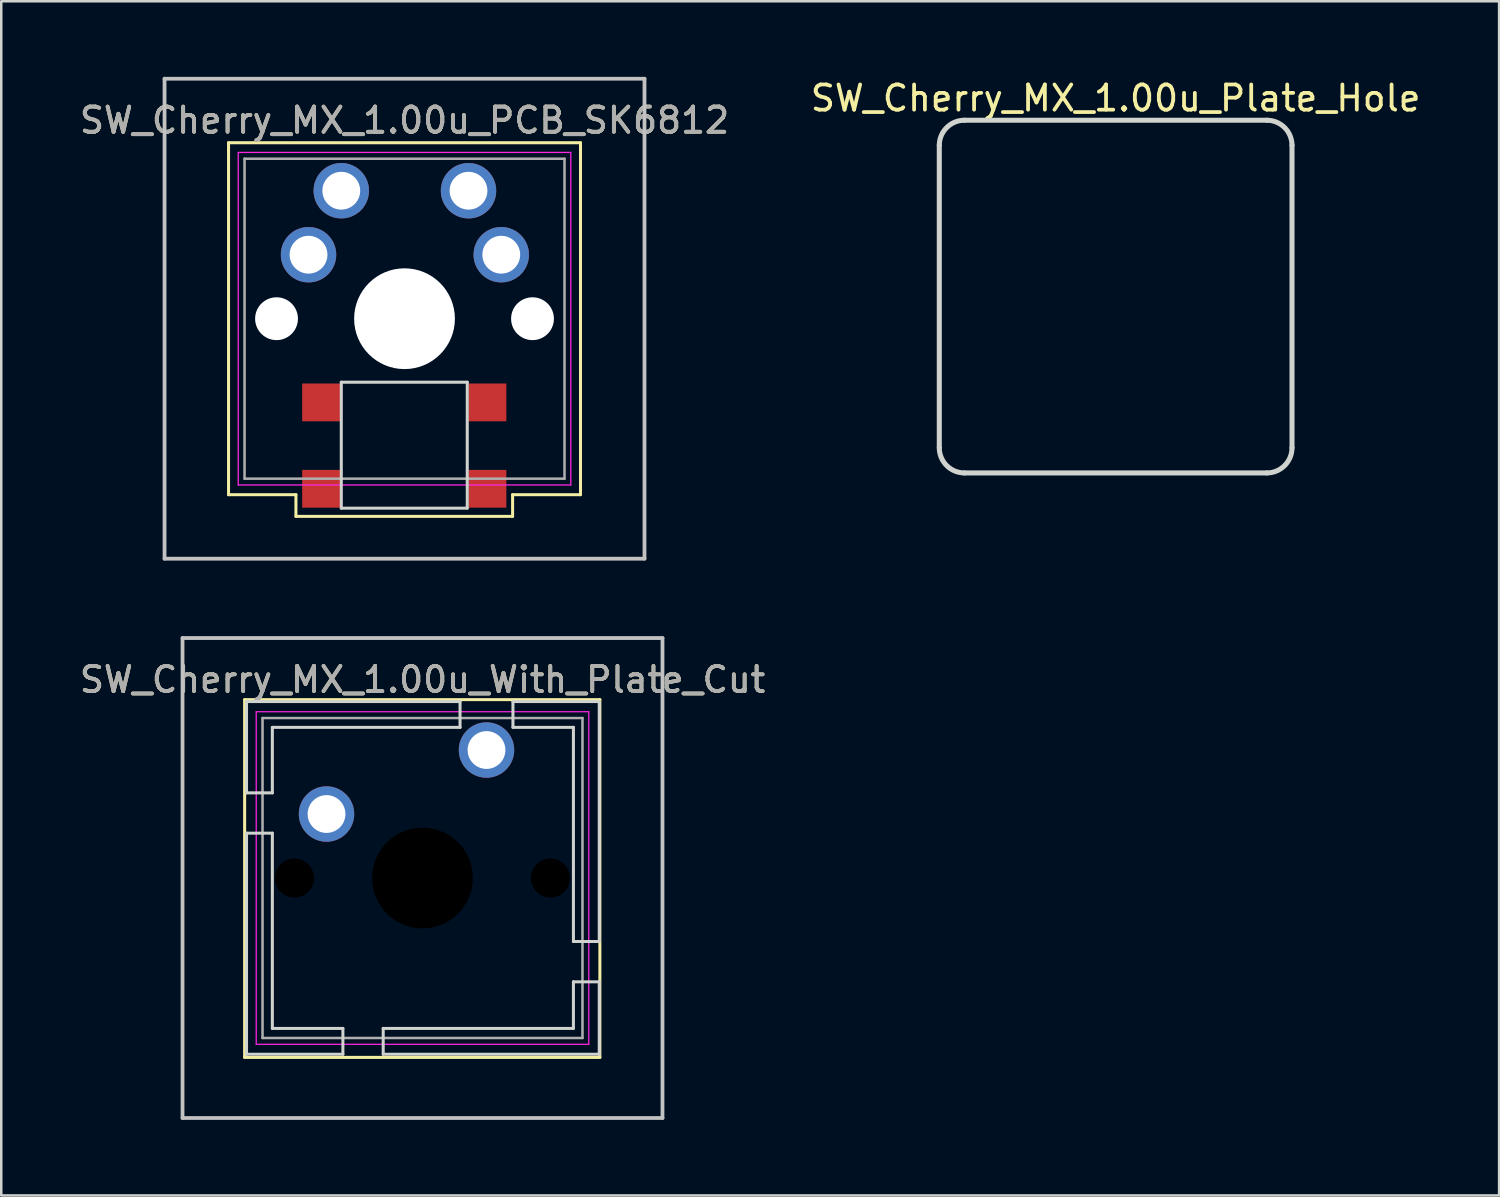
<source format=kicad_pcb>
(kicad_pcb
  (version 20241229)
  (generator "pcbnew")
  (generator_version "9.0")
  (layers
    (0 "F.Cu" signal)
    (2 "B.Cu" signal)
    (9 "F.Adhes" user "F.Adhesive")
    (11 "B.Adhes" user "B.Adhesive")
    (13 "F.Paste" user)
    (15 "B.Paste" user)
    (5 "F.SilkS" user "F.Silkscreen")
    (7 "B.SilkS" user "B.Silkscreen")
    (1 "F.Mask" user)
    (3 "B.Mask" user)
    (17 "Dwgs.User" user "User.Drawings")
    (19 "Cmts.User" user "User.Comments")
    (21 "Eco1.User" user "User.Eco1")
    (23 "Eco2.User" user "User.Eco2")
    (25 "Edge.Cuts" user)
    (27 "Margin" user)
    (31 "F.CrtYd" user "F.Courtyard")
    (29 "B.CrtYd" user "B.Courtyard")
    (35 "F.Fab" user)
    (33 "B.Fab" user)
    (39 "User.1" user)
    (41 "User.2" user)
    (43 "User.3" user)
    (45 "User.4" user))
  (footprint "SW_Cherry_MX_1.00u_With_Plate_Cut"
    (layer "F.Cu")
    (at 16.26 26.72)
    (property "Reference" "SW_Cherry_MX_1.00u_With_Plate_Cut" (at -2.54 -2.794 0) (layer "F.SilkS") (effects (font (size 1 1) (thickness 0.15))))
    (attr through_hole)
    (fp_line (start -9.6 -2) (end 4.5 -2) (stroke (width 0.12) (type solid)) (layer "F.SilkS"))
    (fp_line (start -9.6 12.2) (end -9.6 -2) (stroke (width 0.12) (type solid)) (layer "F.SilkS"))
    (fp_line (start 4.5 -2) (end 4.5 12.2) (stroke (width 0.12) (type solid)) (layer "F.SilkS"))
    (fp_line (start 4.5 12.2) (end -9.6 12.2) (stroke (width 0.12) (type solid)) (layer "F.SilkS"))
    (fp_line (start -12.065 -4.445) (end 6.985 -4.445) (stroke (width 0.15) (type solid)) (layer "Dwgs.User"))
    (fp_line (start -12.065 14.605) (end -12.065 -4.445) (stroke (width 0.15) (type solid)) (layer "Dwgs.User"))
    (fp_line (start 6.985 -4.445) (end 6.985 14.605) (stroke (width 0.15) (type solid)) (layer "Dwgs.User"))
    (fp_line (start 6.985 14.605) (end -12.065 14.605) (stroke (width 0.15) (type solid)) (layer "Dwgs.User"))
    (fp_line (start -9.525 -1.925) (end -9.525 1.7) (stroke (width 0.12) (type solid)) (layer "Edge.Cuts"))
    (fp_line (start -9.525 -1.925) (end -1.05 -1.925) (stroke (width 0.12) (type solid)) (layer "Edge.Cuts"))
    (fp_line (start -9.525 3.3) (end -9.525 12.075) (stroke (width 0.12) (type solid)) (layer "Edge.Cuts"))
    (fp_line (start -9.525 12.075) (end -5.7 12.075) (stroke (width 0.12) (type solid)) (layer "Edge.Cuts"))
    (fp_line (start -8.5 -0.9) (end -1.05 -0.9) (stroke (width 0.12) (type solid)) (layer "Edge.Cuts"))
    (fp_line (start -8.5 1.7) (end -9.525 1.7) (stroke (width 0.12) (type solid)) (layer "Edge.Cuts"))
    (fp_line (start -8.5 1.7) (end -8.5 -0.9) (stroke (width 0.12) (type solid)) (layer "Edge.Cuts"))
    (fp_line (start -8.5 3.3) (end -9.525 3.3) (stroke (width 0.12) (type solid)) (layer "Edge.Cuts"))
    (fp_line (start -8.5 11.05) (end -8.5 3.3) (stroke (width 0.12) (type solid)) (layer "Edge.Cuts"))
    (fp_line (start -5.7 11.05) (end -8.5 11.05) (stroke (width 0.12) (type solid)) (layer "Edge.Cuts"))
    (fp_line (start -5.7 12.075) (end -5.7 11.05) (stroke (width 0.12) (type solid)) (layer "Edge.Cuts"))
    (fp_line (start -4.1 12.075) (end -4.1 11.05) (stroke (width 0.12) (type solid)) (layer "Edge.Cuts"))
    (fp_line (start -1.05 -0.9) (end -1.05 -1.925) (stroke (width 0.12) (type solid)) (layer "Edge.Cuts"))
    (fp_line (start 1.05 -1.925) (end 4.475 -1.925) (stroke (width 0.12) (type solid)) (layer "Edge.Cuts"))
    (fp_line (start 1.05 -0.9) (end 1.05 -1.925) (stroke (width 0.12) (type solid)) (layer "Edge.Cuts"))
    (fp_line (start 1.05 -0.9) (end 3.45 -0.9) (stroke (width 0.12) (type solid)) (layer "Edge.Cuts"))
    (fp_line (start 3.45 -0.9) (end 3.45 7.6) (stroke (width 0.12) (type solid)) (layer "Edge.Cuts"))
    (fp_line (start 3.45 11.05) (end -4.1 11.05) (stroke (width 0.12) (type solid)) (layer "Edge.Cuts"))
    (fp_line (start 3.45 11.05) (end 3.45 9.2) (stroke (width 0.12) (type solid)) (layer "Edge.Cuts"))
    (fp_line (start 4.475 -1.925) (end 4.475 7.6) (stroke (width 0.12) (type solid)) (layer "Edge.Cuts"))
    (fp_line (start 4.475 7.6) (end 3.45 7.6) (stroke (width 0.12) (type solid)) (layer "Edge.Cuts"))
    (fp_line (start 4.475 9.2) (end 3.45 9.2) (stroke (width 0.12) (type solid)) (layer "Edge.Cuts"))
    (fp_line (start 4.475 9.2) (end 4.475 12.075) (stroke (width 0.12) (type solid)) (layer "Edge.Cuts"))
    (fp_line (start 4.475 12.075) (end -4.1 12.075) (stroke (width 0.12) (type solid)) (layer "Edge.Cuts"))
    (fp_line (start -9.14 -1.52) (end 4.06 -1.52) (stroke (width 0.05) (type solid)) (layer "F.CrtYd"))
    (fp_line (start -9.14 11.68) (end -9.14 -1.52) (stroke (width 0.05) (type solid)) (layer "F.CrtYd"))
    (fp_line (start 4.06 -1.52) (end 4.06 11.68) (stroke (width 0.05) (type solid)) (layer "F.CrtYd"))
    (fp_line (start 4.06 11.68) (end -9.14 11.68) (stroke (width 0.05) (type solid)) (layer "F.CrtYd"))
    (fp_line (start -8.89 -1.27) (end 3.81 -1.27) (stroke (width 0.1) (type solid)) (layer "F.Fab"))
    (fp_line (start -8.89 11.43) (end -8.89 -1.27) (stroke (width 0.1) (type solid)) (layer "F.Fab"))
    (fp_line (start 3.81 -1.27) (end 3.81 11.43) (stroke (width 0.1) (type solid)) (layer "F.Fab"))
    (fp_line (start 3.81 11.43) (end -8.89 11.43) (stroke (width 0.1) (type solid)) (layer "F.Fab"))
    (fp_text user "${REFERENCE}" (at -2.54 -2.794 0) (layer "F.Fab") (effects (font (size 1 1) (thickness 0.15))))
    (pad "" np_thru_hole circle (at -7.62 5.08) (size 1.549 1.549) (drill 1.549) (layers "*.Mask"))
    (pad "" np_thru_hole circle (at -2.54 5.08) (size 4 4) (drill 4) (layers "*.Mask"))
    (pad "" np_thru_hole circle (at 2.54 5.08) (size 1.549 1.549) (drill 1.549) (layers "*.Mask"))
    (pad "1" thru_hole circle (at 0 0) (size 2.2 2.2) (drill 1.5) (layers "*.Cu" "*.Mask"))
    (pad "2" thru_hole circle (at -6.35 2.54) (size 2.2 2.2) (drill 1.5) (layers "*.Cu" "*.Mask")))
  (footprint "SW_Cherry_MX_1.00u_PCB_SK6812"
    (layer "F.Cu")
    (at 15.546 4.52)
    (property "Reference" "SW_Cherry_MX_1.00u_PCB_SK6812" (at -2.54 -2.794 0) (layer "F.SilkS") (effects (font (size 1 1) (thickness 0.15))))
    (attr through_hole)
    (fp_line (start -9.525 -1.905) (end 4.445 -1.905) (stroke (width 0.12) (type solid)) (layer "F.SilkS"))
    (fp_line (start -9.525 12.065) (end -9.525 -1.905) (stroke (width 0.12) (type solid)) (layer "F.SilkS"))
    (fp_line (start -6.85 12.065) (end -9.525 12.065) (stroke (width 0.12) (type solid)) (layer "F.SilkS"))
    (fp_line (start -6.85 12.065) (end -6.85 12.925) (stroke (width 0.12) (type solid)) (layer "F.SilkS"))
    (fp_line (start 1.75 12.065) (end 1.75 12.925) (stroke (width 0.12) (type solid)) (layer "F.SilkS"))
    (fp_line (start 1.75 12.925) (end -6.85 12.925) (stroke (width 0.12) (type solid)) (layer "F.SilkS"))
    (fp_line (start 4.445 -1.905) (end 4.445 12.065) (stroke (width 0.12) (type solid)) (layer "F.SilkS"))
    (fp_line (start 4.445 12.065) (end 1.75 12.065) (stroke (width 0.12) (type solid)) (layer "F.SilkS"))
    (fp_line (start -12.065 -4.445) (end 6.985 -4.445) (stroke (width 0.15) (type solid)) (layer "Dwgs.User"))
    (fp_line (start -12.065 14.605) (end -12.065 -4.445) (stroke (width 0.15) (type solid)) (layer "Dwgs.User"))
    (fp_line (start 6.985 -4.445) (end 6.985 14.605) (stroke (width 0.15) (type solid)) (layer "Dwgs.User"))
    (fp_line (start 6.985 14.605) (end -12.065 14.605) (stroke (width 0.15) (type solid)) (layer "Dwgs.User"))
    (fp_line (start -5.05 7.6) (end -0.05 7.6) (stroke (width 0.12) (type solid)) (layer "Edge.Cuts"))
    (fp_line (start -5.05 12.6) (end -5.05 7.6) (stroke (width 0.12) (type solid)) (layer "Edge.Cuts"))
    (fp_line (start -0.05 7.6) (end -0.05 12.6) (stroke (width 0.12) (type solid)) (layer "Edge.Cuts"))
    (fp_line (start -0.05 12.6) (end -5.05 12.6) (stroke (width 0.12) (type solid)) (layer "Edge.Cuts"))
    (fp_line (start -9.14 -1.52) (end 4.06 -1.52) (stroke (width 0.05) (type solid)) (layer "F.CrtYd"))
    (fp_line (start -9.14 11.68) (end -9.14 -1.52) (stroke (width 0.05) (type solid)) (layer "F.CrtYd"))
    (fp_line (start 4.06 -1.52) (end 4.06 11.68) (stroke (width 0.05) (type solid)) (layer "F.CrtYd"))
    (fp_line (start 4.06 11.68) (end -9.14 11.68) (stroke (width 0.05) (type solid)) (layer "F.CrtYd"))
    (fp_line (start -8.89 -1.27) (end 3.81 -1.27) (stroke (width 0.1) (type solid)) (layer "F.Fab"))
    (fp_line (start -8.89 11.43) (end -8.89 -1.27) (stroke (width 0.1) (type solid)) (layer "F.Fab"))
    (fp_line (start 3.81 -1.27) (end 3.81 11.43) (stroke (width 0.1) (type solid)) (layer "F.Fab"))
    (fp_line (start 3.81 11.43) (end -8.89 11.43) (stroke (width 0.1) (type solid)) (layer "F.Fab"))
    (fp_text user "${REFERENCE}" (at -2.54 -2.794 0) (layer "F.Fab") (effects (font (size 1 1) (thickness 0.15))))
    (pad "" np_thru_hole circle (at -7.62 5.08) (size 1.7 1.7) (drill 1.7) (layers "*.Cu" "*.Mask"))
    (pad "" np_thru_hole circle (at -2.54 5.08) (size 4 4) (drill 4) (layers "*.Cu" "*.Mask"))
    (pad "" np_thru_hole circle (at 2.54 5.08) (size 1.7 1.7) (drill 1.7) (layers "*.Cu" "*.Mask"))
    (pad "1" thru_hole circle (at -5.05 0) (size 2.2 2.2) (drill 1.5) (layers "*.Cu" "*.Mask"))
    (pad "1" thru_hole circle (at 0 0) (size 2.2 2.2) (drill 1.5) (layers "*.Cu" "*.Mask"))
    (pad "2" thru_hole circle (at -6.35 2.54) (size 2.2 2.2) (drill 1.5) (layers "*.Cu" "*.Mask"))
    (pad "2" thru_hole circle (at 1.3 2.54) (size 2.2 2.2) (drill 1.5) (layers "*.Cu" "*.Mask"))
    (pad "3" smd rect (at 0.752 8.402) (size 1.5 1.5) (layers "F.Cu" "F.Mask" "F.Paste"))
    (pad "4" smd rect (at 0.752 11.831) (size 1.5 1.5) (layers "F.Cu" "F.Mask" "F.Paste"))
    (pad "5" smd rect (at -5.852 8.402) (size 1.5 1.5) (layers "F.Cu" "F.Mask" "F.Paste"))
    (pad "6" smd rect (at -5.852 11.831) (size 1.5 1.5) (layers "F.Cu" "F.Mask" "F.Paste")))
  (footprint "SW_Cherry_MX_1.00u_Plate_Hole"
    (layer "F.Cu")
    (at 43.772 3.642)
    (property "Reference" "SW_Cherry_MX_1.00u_Plate_Hole" (at -2.54 -2.794 0) (layer "F.SilkS") (effects (font (size 1 1) (thickness 0.15))))
    (attr through_hole)
    (fp_line (start -9.54 -0.92) (end -9.54 11.08) (stroke (width 0.2) (type solid)) (layer "Edge.Cuts"))
    (fp_line (start -8.54 -1.92) (end 3.46 -1.92) (stroke (width 0.2) (type solid)) (layer "Edge.Cuts"))
    (fp_line (start -8.54 12.08) (end 3.46 12.08) (stroke (width 0.2) (type solid)) (layer "Edge.Cuts"))
    (fp_line (start 4.46 -0.92) (end 4.46 11.08) (stroke (width 0.2) (type solid)) (layer "Edge.Cuts"))
    (fp_arc (start -9.54 -0.920001) (mid -9.247107 -1.627108) (end -8.54 -1.920001) (stroke (width 0.2) (type solid)) (layer "Edge.Cuts"))
    (fp_arc (start -8.54 12.08) (mid -9.247107 11.787107) (end -9.54 11.08) (stroke (width 0.2) (type solid)) (layer "Edge.Cuts"))
    (fp_arc (start 3.46 -1.920001) (mid 4.167107 -1.627108) (end 4.46 -0.920001) (stroke (width 0.2) (type solid)) (layer "Edge.Cuts"))
    (fp_arc (start 4.46 11.08) (mid 4.167107 11.787107) (end 3.46 12.08) (stroke (width 0.2) (type solid)) (layer "Edge.Cuts")))
  (gr_rect
    (start -3 -3)
    (end 56.452 44.4)
    (stroke (width 0.1) (type default))
    (fill no)
    (layer "Edge.Cuts")))
</source>
